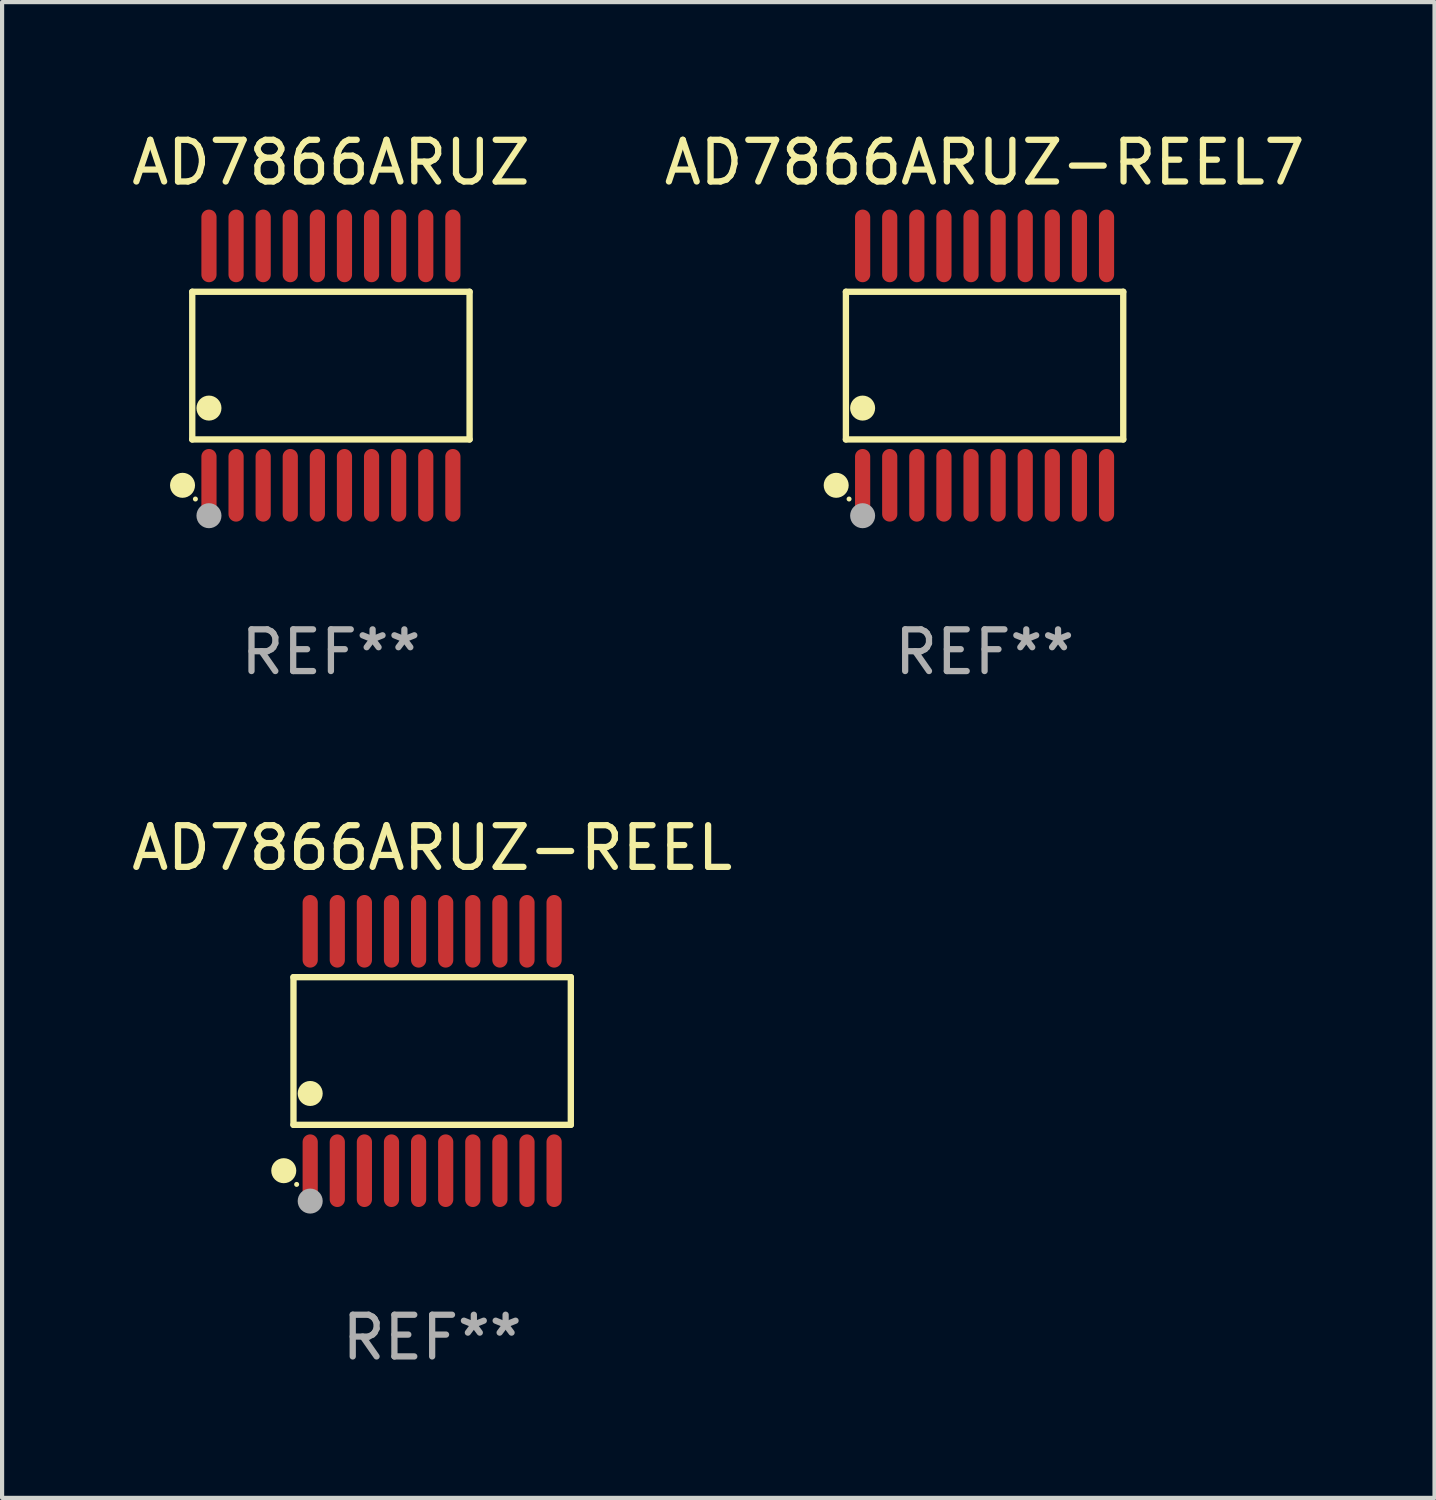
<source format=kicad_pcb>
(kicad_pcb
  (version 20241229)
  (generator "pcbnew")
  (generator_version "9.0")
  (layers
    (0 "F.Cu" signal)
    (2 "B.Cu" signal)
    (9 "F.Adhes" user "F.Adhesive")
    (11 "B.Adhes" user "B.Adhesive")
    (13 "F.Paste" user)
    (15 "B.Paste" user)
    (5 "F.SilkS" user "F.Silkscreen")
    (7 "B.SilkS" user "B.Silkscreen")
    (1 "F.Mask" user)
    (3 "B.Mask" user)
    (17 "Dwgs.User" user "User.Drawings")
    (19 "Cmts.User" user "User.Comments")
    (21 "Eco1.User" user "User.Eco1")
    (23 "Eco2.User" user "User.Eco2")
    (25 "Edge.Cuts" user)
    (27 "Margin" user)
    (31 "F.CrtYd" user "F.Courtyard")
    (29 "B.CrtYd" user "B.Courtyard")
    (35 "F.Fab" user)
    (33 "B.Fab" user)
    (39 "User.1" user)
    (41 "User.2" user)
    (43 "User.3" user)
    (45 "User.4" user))
  (footprint "AD7866ARUZ-REEL7"
    (layer "F.Cu")
    (at 20.565 5.719)
    (property "Reference" "AD7866ARUZ-REEL7" (at 0 -4.871 0) (layer "F.SilkS") (effects (font (size 1 1) (thickness 0.15))))
    (attr through_hole)
    (fp_line (start -3.326 -1.771) (end 3.326 -1.771) (stroke (width 0.152) (type solid)) (layer "F.SilkS"))
    (fp_line (start -3.326 1.771) (end -3.326 -1.771) (stroke (width 0.152) (type solid)) (layer "F.SilkS"))
    (fp_line (start 3.326 -1.771) (end 3.326 1.771) (stroke (width 0.152) (type solid)) (layer "F.SilkS"))
    (fp_line (start 3.326 1.771) (end -3.326 1.771) (stroke (width 0.152) (type solid)) (layer "F.SilkS"))
    (fp_circle (center -3.559 2.871) (end -3.409 2.871) (stroke (width 0.3) (type solid)) (fill no) (layer "F.SilkS"))
    (fp_circle (center -3.25 3.2) (end -3.22 3.2) (stroke (width 0.06) (type solid)) (fill no) (layer "F.SilkS"))
    (fp_circle (center -2.925 1.019) (end -2.775 1.019) (stroke (width 0.3) (type solid)) (fill no) (layer "F.SilkS"))
    (fp_circle (center -2.925 3.6) (end -2.775 3.6) (stroke (width 0.3) (type solid)) (fill no) (layer "F.Fab"))
    (fp_text user "REF**" (at 0 6.871 0) (layer "F.Fab") (effects (font (size 1 1) (thickness 0.15))))
    (pad "1" smd oval (at -2.925 2.871) (size 0.364 1.742) (layers "F.Cu" "F.Mask" "F.Paste"))
    (pad "2" smd oval (at -2.275 2.871) (size 0.364 1.742) (layers "F.Cu" "F.Mask" "F.Paste"))
    (pad "3" smd oval (at -1.625 2.871) (size 0.364 1.742) (layers "F.Cu" "F.Mask" "F.Paste"))
    (pad "4" smd oval (at -0.975 2.871) (size 0.364 1.742) (layers "F.Cu" "F.Mask" "F.Paste"))
    (pad "5" smd oval (at -0.325 2.871) (size 0.364 1.742) (layers "F.Cu" "F.Mask" "F.Paste"))
    (pad "6" smd oval (at 0.325 2.871) (size 0.364 1.742) (layers "F.Cu" "F.Mask" "F.Paste"))
    (pad "7" smd oval (at 0.975 2.871) (size 0.364 1.742) (layers "F.Cu" "F.Mask" "F.Paste"))
    (pad "8" smd oval (at 1.625 2.871) (size 0.364 1.742) (layers "F.Cu" "F.Mask" "F.Paste"))
    (pad "9" smd oval (at 2.275 2.871) (size 0.364 1.742) (layers "F.Cu" "F.Mask" "F.Paste"))
    (pad "10" smd oval (at 2.925 2.871) (size 0.364 1.742) (layers "F.Cu" "F.Mask" "F.Paste"))
    (pad "11" smd oval (at 2.925 -2.871) (size 0.364 1.742) (layers "F.Cu" "F.Mask" "F.Paste"))
    (pad "12" smd oval (at 2.275 -2.871) (size 0.364 1.742) (layers "F.Cu" "F.Mask" "F.Paste"))
    (pad "13" smd oval (at 1.625 -2.871) (size 0.364 1.742) (layers "F.Cu" "F.Mask" "F.Paste"))
    (pad "14" smd oval (at 0.975 -2.871) (size 0.364 1.742) (layers "F.Cu" "F.Mask" "F.Paste"))
    (pad "15" smd oval (at 0.325 -2.871) (size 0.364 1.742) (layers "F.Cu" "F.Mask" "F.Paste"))
    (pad "16" smd oval (at -0.325 -2.871) (size 0.364 1.742) (layers "F.Cu" "F.Mask" "F.Paste"))
    (pad "17" smd oval (at -0.975 -2.871) (size 0.364 1.742) (layers "F.Cu" "F.Mask" "F.Paste"))
    (pad "18" smd oval (at -1.625 -2.871) (size 0.364 1.742) (layers "F.Cu" "F.Mask" "F.Paste"))
    (pad "19" smd oval (at -2.275 -2.871) (size 0.364 1.742) (layers "F.Cu" "F.Mask" "F.Paste"))
    (pad "20" smd oval (at -2.925 -2.871) (size 0.364 1.742) (layers "F.Cu" "F.Mask" "F.Paste")))
  (footprint "AD7866ARUZ"
    (layer "F.Cu")
    (at 4.887 5.719)
    (property "Reference" "AD7866ARUZ" (at 0 -4.871 0) (layer "F.SilkS") (effects (font (size 1 1) (thickness 0.15))))
    (attr through_hole)
    (fp_line (start -3.326 -1.771) (end 3.326 -1.771) (stroke (width 0.152) (type solid)) (layer "F.SilkS"))
    (fp_line (start -3.326 1.771) (end -3.326 -1.771) (stroke (width 0.152) (type solid)) (layer "F.SilkS"))
    (fp_line (start 3.326 -1.771) (end 3.326 1.771) (stroke (width 0.152) (type solid)) (layer "F.SilkS"))
    (fp_line (start 3.326 1.771) (end -3.326 1.771) (stroke (width 0.152) (type solid)) (layer "F.SilkS"))
    (fp_circle (center -3.559 2.871) (end -3.409 2.871) (stroke (width 0.3) (type solid)) (fill no) (layer "F.SilkS"))
    (fp_circle (center -3.25 3.2) (end -3.22 3.2) (stroke (width 0.06) (type solid)) (fill no) (layer "F.SilkS"))
    (fp_circle (center -2.925 1.019) (end -2.775 1.019) (stroke (width 0.3) (type solid)) (fill no) (layer "F.SilkS"))
    (fp_circle (center -2.925 3.6) (end -2.775 3.6) (stroke (width 0.3) (type solid)) (fill no) (layer "F.Fab"))
    (fp_text user "REF**" (at 0 6.871 0) (layer "F.Fab") (effects (font (size 1 1) (thickness 0.15))))
    (pad "1" smd oval (at -2.925 2.871) (size 0.364 1.742) (layers "F.Cu" "F.Mask" "F.Paste"))
    (pad "2" smd oval (at -2.275 2.871) (size 0.364 1.742) (layers "F.Cu" "F.Mask" "F.Paste"))
    (pad "3" smd oval (at -1.625 2.871) (size 0.364 1.742) (layers "F.Cu" "F.Mask" "F.Paste"))
    (pad "4" smd oval (at -0.975 2.871) (size 0.364 1.742) (layers "F.Cu" "F.Mask" "F.Paste"))
    (pad "5" smd oval (at -0.325 2.871) (size 0.364 1.742) (layers "F.Cu" "F.Mask" "F.Paste"))
    (pad "6" smd oval (at 0.325 2.871) (size 0.364 1.742) (layers "F.Cu" "F.Mask" "F.Paste"))
    (pad "7" smd oval (at 0.975 2.871) (size 0.364 1.742) (layers "F.Cu" "F.Mask" "F.Paste"))
    (pad "8" smd oval (at 1.625 2.871) (size 0.364 1.742) (layers "F.Cu" "F.Mask" "F.Paste"))
    (pad "9" smd oval (at 2.275 2.871) (size 0.364 1.742) (layers "F.Cu" "F.Mask" "F.Paste"))
    (pad "10" smd oval (at 2.925 2.871) (size 0.364 1.742) (layers "F.Cu" "F.Mask" "F.Paste"))
    (pad "11" smd oval (at 2.925 -2.871) (size 0.364 1.742) (layers "F.Cu" "F.Mask" "F.Paste"))
    (pad "12" smd oval (at 2.275 -2.871) (size 0.364 1.742) (layers "F.Cu" "F.Mask" "F.Paste"))
    (pad "13" smd oval (at 1.625 -2.871) (size 0.364 1.742) (layers "F.Cu" "F.Mask" "F.Paste"))
    (pad "14" smd oval (at 0.975 -2.871) (size 0.364 1.742) (layers "F.Cu" "F.Mask" "F.Paste"))
    (pad "15" smd oval (at 0.325 -2.871) (size 0.364 1.742) (layers "F.Cu" "F.Mask" "F.Paste"))
    (pad "16" smd oval (at -0.325 -2.871) (size 0.364 1.742) (layers "F.Cu" "F.Mask" "F.Paste"))
    (pad "17" smd oval (at -0.975 -2.871) (size 0.364 1.742) (layers "F.Cu" "F.Mask" "F.Paste"))
    (pad "18" smd oval (at -1.625 -2.871) (size 0.364 1.742) (layers "F.Cu" "F.Mask" "F.Paste"))
    (pad "19" smd oval (at -2.275 -2.871) (size 0.364 1.742) (layers "F.Cu" "F.Mask" "F.Paste"))
    (pad "20" smd oval (at -2.925 -2.871) (size 0.364 1.742) (layers "F.Cu" "F.Mask" "F.Paste")))
  (footprint "AD7866ARUZ-REEL"
    (layer "F.Cu")
    (at 7.315 22.158)
    (property "Reference" "AD7866ARUZ-REEL" (at 0 -4.871 0) (layer "F.SilkS") (effects (font (size 1 1) (thickness 0.15))))
    (attr through_hole)
    (fp_line (start -3.326 -1.771) (end 3.326 -1.771) (stroke (width 0.152) (type solid)) (layer "F.SilkS"))
    (fp_line (start -3.326 1.771) (end -3.326 -1.771) (stroke (width 0.152) (type solid)) (layer "F.SilkS"))
    (fp_line (start 3.326 -1.771) (end 3.326 1.771) (stroke (width 0.152) (type solid)) (layer "F.SilkS"))
    (fp_line (start 3.326 1.771) (end -3.326 1.771) (stroke (width 0.152) (type solid)) (layer "F.SilkS"))
    (fp_circle (center -3.559 2.871) (end -3.409 2.871) (stroke (width 0.3) (type solid)) (fill no) (layer "F.SilkS"))
    (fp_circle (center -3.25 3.2) (end -3.22 3.2) (stroke (width 0.06) (type solid)) (fill no) (layer "F.SilkS"))
    (fp_circle (center -2.925 1.019) (end -2.775 1.019) (stroke (width 0.3) (type solid)) (fill no) (layer "F.SilkS"))
    (fp_circle (center -2.925 3.6) (end -2.775 3.6) (stroke (width 0.3) (type solid)) (fill no) (layer "F.Fab"))
    (fp_text user "REF**" (at 0 6.871 0) (layer "F.Fab") (effects (font (size 1 1) (thickness 0.15))))
    (pad "1" smd oval (at -2.925 2.871) (size 0.364 1.742) (layers "F.Cu" "F.Mask" "F.Paste"))
    (pad "2" smd oval (at -2.275 2.871) (size 0.364 1.742) (layers "F.Cu" "F.Mask" "F.Paste"))
    (pad "3" smd oval (at -1.625 2.871) (size 0.364 1.742) (layers "F.Cu" "F.Mask" "F.Paste"))
    (pad "4" smd oval (at -0.975 2.871) (size 0.364 1.742) (layers "F.Cu" "F.Mask" "F.Paste"))
    (pad "5" smd oval (at -0.325 2.871) (size 0.364 1.742) (layers "F.Cu" "F.Mask" "F.Paste"))
    (pad "6" smd oval (at 0.325 2.871) (size 0.364 1.742) (layers "F.Cu" "F.Mask" "F.Paste"))
    (pad "7" smd oval (at 0.975 2.871) (size 0.364 1.742) (layers "F.Cu" "F.Mask" "F.Paste"))
    (pad "8" smd oval (at 1.625 2.871) (size 0.364 1.742) (layers "F.Cu" "F.Mask" "F.Paste"))
    (pad "9" smd oval (at 2.275 2.871) (size 0.364 1.742) (layers "F.Cu" "F.Mask" "F.Paste"))
    (pad "10" smd oval (at 2.925 2.871) (size 0.364 1.742) (layers "F.Cu" "F.Mask" "F.Paste"))
    (pad "11" smd oval (at 2.925 -2.871) (size 0.364 1.742) (layers "F.Cu" "F.Mask" "F.Paste"))
    (pad "12" smd oval (at 2.275 -2.871) (size 0.364 1.742) (layers "F.Cu" "F.Mask" "F.Paste"))
    (pad "13" smd oval (at 1.625 -2.871) (size 0.364 1.742) (layers "F.Cu" "F.Mask" "F.Paste"))
    (pad "14" smd oval (at 0.975 -2.871) (size 0.364 1.742) (layers "F.Cu" "F.Mask" "F.Paste"))
    (pad "15" smd oval (at 0.325 -2.871) (size 0.364 1.742) (layers "F.Cu" "F.Mask" "F.Paste"))
    (pad "16" smd oval (at -0.325 -2.871) (size 0.364 1.742) (layers "F.Cu" "F.Mask" "F.Paste"))
    (pad "17" smd oval (at -0.975 -2.871) (size 0.364 1.742) (layers "F.Cu" "F.Mask" "F.Paste"))
    (pad "18" smd oval (at -1.625 -2.871) (size 0.364 1.742) (layers "F.Cu" "F.Mask" "F.Paste"))
    (pad "19" smd oval (at -2.275 -2.871) (size 0.364 1.742) (layers "F.Cu" "F.Mask" "F.Paste"))
    (pad "20" smd oval (at -2.925 -2.871) (size 0.364 1.742) (layers "F.Cu" "F.Mask" "F.Paste")))
  (gr_rect
    (start -3 -3)
    (end 31.357 32.877)
    (stroke (width 0.1) (type default))
    (fill no)
    (layer "Edge.Cuts")))
</source>
